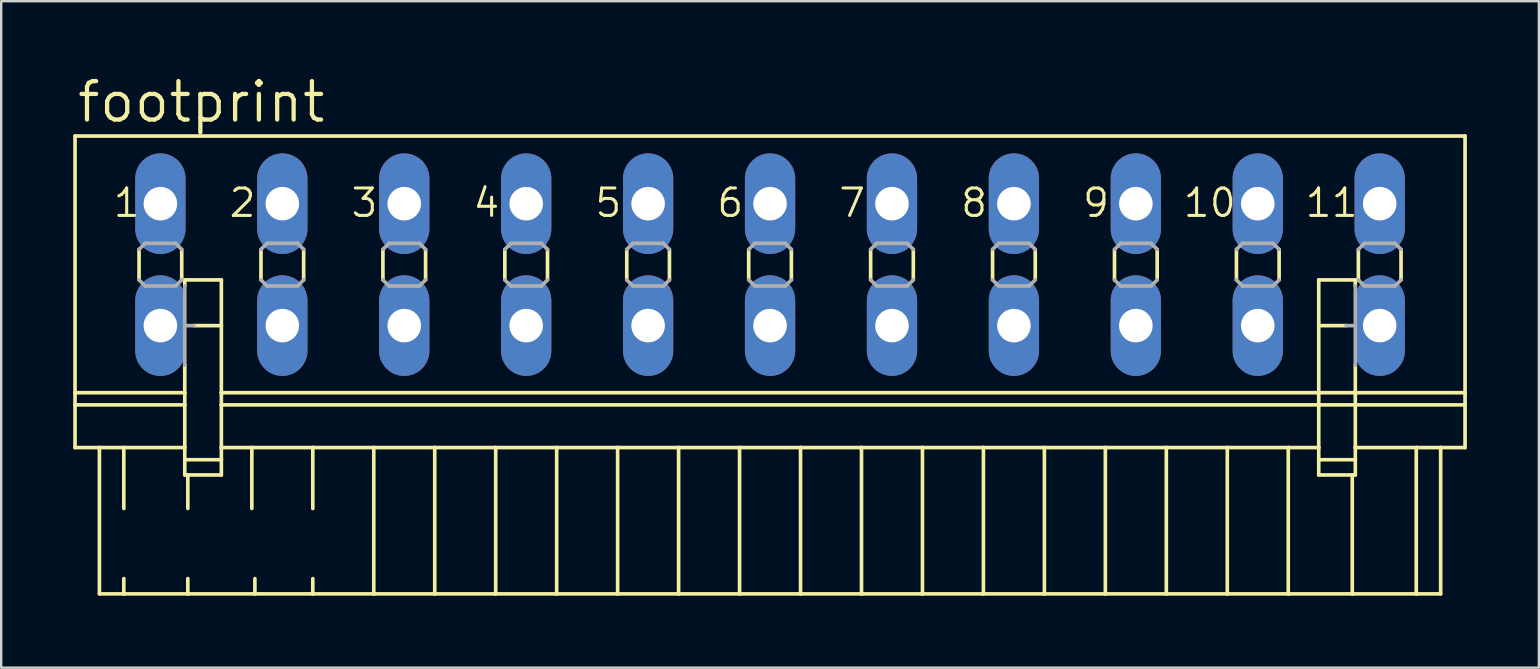
<source format=kicad_pcb>
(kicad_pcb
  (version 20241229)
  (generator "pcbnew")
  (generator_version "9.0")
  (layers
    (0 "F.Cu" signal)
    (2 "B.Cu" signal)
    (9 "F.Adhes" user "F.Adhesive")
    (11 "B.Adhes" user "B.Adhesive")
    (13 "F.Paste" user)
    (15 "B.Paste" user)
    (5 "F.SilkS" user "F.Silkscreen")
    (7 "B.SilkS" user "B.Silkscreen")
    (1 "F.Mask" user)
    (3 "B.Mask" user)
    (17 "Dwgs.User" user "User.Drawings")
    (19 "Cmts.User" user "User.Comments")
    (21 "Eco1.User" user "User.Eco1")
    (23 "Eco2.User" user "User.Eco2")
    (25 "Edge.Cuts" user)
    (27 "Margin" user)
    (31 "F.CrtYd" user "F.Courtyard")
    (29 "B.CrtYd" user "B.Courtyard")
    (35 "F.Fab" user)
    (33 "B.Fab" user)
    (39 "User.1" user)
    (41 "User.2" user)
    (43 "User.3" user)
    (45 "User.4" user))
  (footprint "footprint"
    (layer "F.Cu")
    (at 29.032 7.976)
    (property "Reference" "footprint" (at -28.956 -5.842 0) (layer "F.SilkS") (effects (font (size 1.6 1.6) (thickness 0.178)) (justify left bottom)))
    (fp_line (start -28.956 -5.359) (end -28.956 5.334) (stroke (width 0.152) (type solid)) (layer "F.SilkS"))
    (fp_line (start -28.956 -5.359) (end 28.956 -5.359) (stroke (width 0.152) (type solid)) (layer "F.SilkS"))
    (fp_line (start -28.956 5.334) (end -28.956 5.842) (stroke (width 0.152) (type solid)) (layer "F.SilkS"))
    (fp_line (start -28.956 5.334) (end -24.384 5.334) (stroke (width 0.152) (type solid)) (layer "F.SilkS"))
    (fp_line (start -28.956 5.842) (end -28.956 7.62) (stroke (width 0.152) (type solid)) (layer "F.SilkS"))
    (fp_line (start -28.956 5.842) (end -24.384 5.842) (stroke (width 0.152) (type solid)) (layer "F.SilkS"))
    (fp_line (start -28.956 7.62) (end -27.94 7.62) (stroke (width 0.152) (type solid)) (layer "F.SilkS"))
    (fp_line (start -27.94 7.62) (end -27.94 13.716) (stroke (width 0.152) (type solid)) (layer "F.SilkS"))
    (fp_line (start -27.94 7.62) (end -26.924 7.62) (stroke (width 0.152) (type solid)) (layer "F.SilkS"))
    (fp_line (start -27.94 13.716) (end -26.924 13.716) (stroke (width 0.152) (type solid)) (layer "F.SilkS"))
    (fp_line (start -26.924 7.62) (end -26.924 10.16) (stroke (width 0.152) (type solid)) (layer "F.SilkS"))
    (fp_line (start -26.924 7.62) (end -24.384 7.62) (stroke (width 0.152) (type solid)) (layer "F.SilkS"))
    (fp_line (start -26.924 13.081) (end -26.924 13.716) (stroke (width 0.152) (type solid)) (layer "F.SilkS"))
    (fp_line (start -26.924 13.716) (end -24.257 13.716) (stroke (width 0.152) (type solid)) (layer "F.SilkS"))
    (fp_line (start -26.289 -0.635) (end -26.289 0.635) (stroke (width 0.152) (type solid)) (layer "F.SilkS"))
    (fp_line (start -24.511 -0.635) (end -24.511 0.635) (stroke (width 0.152) (type solid)) (layer "F.SilkS"))
    (fp_line (start -24.384 0.635) (end -24.384 0.889) (stroke (width 0.152) (type solid)) (layer "F.SilkS"))
    (fp_line (start -24.384 0.635) (end -22.86 0.635) (stroke (width 0.152) (type solid)) (layer "F.SilkS"))
    (fp_line (start -24.384 4.191) (end -24.384 5.334) (stroke (width 0.152) (type solid)) (layer "F.SilkS"))
    (fp_line (start -24.384 5.842) (end -24.384 5.334) (stroke (width 0.152) (type solid)) (layer "F.SilkS"))
    (fp_line (start -24.384 7.62) (end -24.384 5.842) (stroke (width 0.152) (type solid)) (layer "F.SilkS"))
    (fp_line (start -24.384 8.128) (end -24.384 7.62) (stroke (width 0.152) (type solid)) (layer "F.SilkS"))
    (fp_line (start -24.384 8.128) (end -22.86 8.128) (stroke (width 0.152) (type solid)) (layer "F.SilkS"))
    (fp_line (start -24.384 8.763) (end -24.384 8.128) (stroke (width 0.152) (type solid)) (layer "F.SilkS"))
    (fp_line (start -24.257 8.763) (end -24.384 8.763) (stroke (width 0.152) (type solid)) (layer "F.SilkS"))
    (fp_line (start -24.257 8.763) (end -24.257 10.16) (stroke (width 0.152) (type solid)) (layer "F.SilkS"))
    (fp_line (start -24.257 13.081) (end -24.257 13.716) (stroke (width 0.152) (type solid)) (layer "F.SilkS"))
    (fp_line (start -24.257 13.716) (end -21.463 13.716) (stroke (width 0.152) (type solid)) (layer "F.SilkS"))
    (fp_line (start -22.86 0.635) (end -22.86 2.54) (stroke (width 0.152) (type solid)) (layer "F.SilkS"))
    (fp_line (start -22.86 2.54) (end -24.003 2.54) (stroke (width 0.152) (type solid)) (layer "F.SilkS"))
    (fp_line (start -22.86 2.54) (end -22.86 5.334) (stroke (width 0.152) (type solid)) (layer "F.SilkS"))
    (fp_line (start -22.86 5.334) (end -22.86 5.842) (stroke (width 0.152) (type solid)) (layer "F.SilkS"))
    (fp_line (start -22.86 5.334) (end 22.86 5.334) (stroke (width 0.152) (type solid)) (layer "F.SilkS"))
    (fp_line (start -22.86 5.842) (end -22.86 7.62) (stroke (width 0.152) (type solid)) (layer "F.SilkS"))
    (fp_line (start -22.86 5.842) (end 22.86 5.842) (stroke (width 0.152) (type solid)) (layer "F.SilkS"))
    (fp_line (start -22.86 7.62) (end -22.86 8.128) (stroke (width 0.152) (type solid)) (layer "F.SilkS"))
    (fp_line (start -22.86 7.62) (end -21.59 7.62) (stroke (width 0.152) (type solid)) (layer "F.SilkS"))
    (fp_line (start -22.86 8.128) (end -22.86 8.763) (stroke (width 0.152) (type solid)) (layer "F.SilkS"))
    (fp_line (start -22.86 8.763) (end -24.257 8.763) (stroke (width 0.152) (type solid)) (layer "F.SilkS"))
    (fp_line (start -21.59 7.62) (end -21.59 10.16) (stroke (width 0.152) (type solid)) (layer "F.SilkS"))
    (fp_line (start -21.59 7.62) (end -19.05 7.62) (stroke (width 0.152) (type solid)) (layer "F.SilkS"))
    (fp_line (start -21.463 13.081) (end -21.463 13.716) (stroke (width 0.152) (type solid)) (layer "F.SilkS"))
    (fp_line (start -21.463 13.716) (end -19.05 13.716) (stroke (width 0.152) (type solid)) (layer "F.SilkS"))
    (fp_line (start -21.209 -0.635) (end -21.209 0.635) (stroke (width 0.152) (type solid)) (layer "F.SilkS"))
    (fp_line (start -19.431 -0.635) (end -19.431 0.635) (stroke (width 0.152) (type solid)) (layer "F.SilkS"))
    (fp_line (start -19.05 7.62) (end -19.05 10.16) (stroke (width 0.152) (type solid)) (layer "F.SilkS"))
    (fp_line (start -19.05 7.62) (end -16.51 7.62) (stroke (width 0.152) (type solid)) (layer "F.SilkS"))
    (fp_line (start -19.05 13.081) (end -19.05 13.716) (stroke (width 0.152) (type solid)) (layer "F.SilkS"))
    (fp_line (start -19.05 13.716) (end -16.51 13.716) (stroke (width 0.152) (type solid)) (layer "F.SilkS"))
    (fp_line (start -16.51 7.62) (end -16.51 13.716) (stroke (width 0.152) (type solid)) (layer "F.SilkS"))
    (fp_line (start -16.51 7.62) (end -13.97 7.62) (stroke (width 0.152) (type solid)) (layer "F.SilkS"))
    (fp_line (start -16.51 13.716) (end -13.97 13.716) (stroke (width 0.152) (type solid)) (layer "F.SilkS"))
    (fp_line (start -16.129 -0.635) (end -16.129 0.635) (stroke (width 0.152) (type solid)) (layer "F.SilkS"))
    (fp_line (start -14.351 -0.635) (end -14.351 0.635) (stroke (width 0.152) (type solid)) (layer "F.SilkS"))
    (fp_line (start -13.97 7.62) (end -13.97 13.716) (stroke (width 0.152) (type solid)) (layer "F.SilkS"))
    (fp_line (start -13.97 7.62) (end -11.43 7.62) (stroke (width 0.152) (type solid)) (layer "F.SilkS"))
    (fp_line (start -13.97 13.716) (end -11.43 13.716) (stroke (width 0.152) (type solid)) (layer "F.SilkS"))
    (fp_line (start -11.43 7.62) (end -11.43 13.716) (stroke (width 0.152) (type solid)) (layer "F.SilkS"))
    (fp_line (start -11.43 7.62) (end -8.89 7.62) (stroke (width 0.152) (type solid)) (layer "F.SilkS"))
    (fp_line (start -11.43 13.716) (end -8.89 13.716) (stroke (width 0.152) (type solid)) (layer "F.SilkS"))
    (fp_line (start -11.049 -0.635) (end -11.049 0.635) (stroke (width 0.152) (type solid)) (layer "F.SilkS"))
    (fp_line (start -9.271 -0.635) (end -9.271 0.635) (stroke (width 0.152) (type solid)) (layer "F.SilkS"))
    (fp_line (start -8.89 7.62) (end -8.89 13.716) (stroke (width 0.152) (type solid)) (layer "F.SilkS"))
    (fp_line (start -8.89 7.62) (end -6.35 7.62) (stroke (width 0.152) (type solid)) (layer "F.SilkS"))
    (fp_line (start -8.89 13.716) (end -6.35 13.716) (stroke (width 0.152) (type solid)) (layer "F.SilkS"))
    (fp_line (start -6.35 7.62) (end -6.35 13.716) (stroke (width 0.152) (type solid)) (layer "F.SilkS"))
    (fp_line (start -6.35 7.62) (end -3.81 7.62) (stroke (width 0.152) (type solid)) (layer "F.SilkS"))
    (fp_line (start -6.35 13.716) (end -3.81 13.716) (stroke (width 0.152) (type solid)) (layer "F.SilkS"))
    (fp_line (start -5.969 -0.635) (end -5.969 0.635) (stroke (width 0.152) (type solid)) (layer "F.SilkS"))
    (fp_line (start -4.191 -0.635) (end -4.191 0.635) (stroke (width 0.152) (type solid)) (layer "F.SilkS"))
    (fp_line (start -3.81 7.62) (end -3.81 13.716) (stroke (width 0.152) (type solid)) (layer "F.SilkS"))
    (fp_line (start -3.81 7.62) (end -1.27 7.62) (stroke (width 0.152) (type solid)) (layer "F.SilkS"))
    (fp_line (start -3.81 13.716) (end -1.27 13.716) (stroke (width 0.152) (type solid)) (layer "F.SilkS"))
    (fp_line (start -1.27 7.62) (end -1.27 13.716) (stroke (width 0.152) (type solid)) (layer "F.SilkS"))
    (fp_line (start -1.27 7.62) (end 1.27 7.62) (stroke (width 0.152) (type solid)) (layer "F.SilkS"))
    (fp_line (start -1.27 13.716) (end 1.27 13.716) (stroke (width 0.152) (type solid)) (layer "F.SilkS"))
    (fp_line (start -0.889 -0.635) (end -0.889 0.635) (stroke (width 0.152) (type solid)) (layer "F.SilkS"))
    (fp_line (start 0.889 -0.635) (end 0.889 0.635) (stroke (width 0.152) (type solid)) (layer "F.SilkS"))
    (fp_line (start 1.27 7.62) (end 1.27 13.716) (stroke (width 0.152) (type solid)) (layer "F.SilkS"))
    (fp_line (start 1.27 7.62) (end 3.81 7.62) (stroke (width 0.152) (type solid)) (layer "F.SilkS"))
    (fp_line (start 1.27 13.716) (end 3.81 13.716) (stroke (width 0.152) (type solid)) (layer "F.SilkS"))
    (fp_line (start 3.81 7.62) (end 3.81 13.716) (stroke (width 0.152) (type solid)) (layer "F.SilkS"))
    (fp_line (start 3.81 7.62) (end 6.35 7.62) (stroke (width 0.152) (type solid)) (layer "F.SilkS"))
    (fp_line (start 3.81 13.716) (end 6.35 13.716) (stroke (width 0.152) (type solid)) (layer "F.SilkS"))
    (fp_line (start 4.191 -0.635) (end 4.191 0.635) (stroke (width 0.152) (type solid)) (layer "F.SilkS"))
    (fp_line (start 5.969 -0.635) (end 5.969 0.635) (stroke (width 0.152) (type solid)) (layer "F.SilkS"))
    (fp_line (start 6.35 7.62) (end 6.35 13.716) (stroke (width 0.152) (type solid)) (layer "F.SilkS"))
    (fp_line (start 6.35 7.62) (end 8.89 7.62) (stroke (width 0.152) (type solid)) (layer "F.SilkS"))
    (fp_line (start 6.35 13.716) (end 8.89 13.716) (stroke (width 0.152) (type solid)) (layer "F.SilkS"))
    (fp_line (start 8.89 7.62) (end 8.89 13.716) (stroke (width 0.152) (type solid)) (layer "F.SilkS"))
    (fp_line (start 8.89 7.62) (end 11.43 7.62) (stroke (width 0.152) (type solid)) (layer "F.SilkS"))
    (fp_line (start 8.89 13.716) (end 11.43 13.716) (stroke (width 0.152) (type solid)) (layer "F.SilkS"))
    (fp_line (start 9.271 -0.635) (end 9.271 0.635) (stroke (width 0.152) (type solid)) (layer "F.SilkS"))
    (fp_line (start 11.049 -0.635) (end 11.049 0.635) (stroke (width 0.152) (type solid)) (layer "F.SilkS"))
    (fp_line (start 11.43 7.62) (end 11.43 13.716) (stroke (width 0.152) (type solid)) (layer "F.SilkS"))
    (fp_line (start 11.43 7.62) (end 13.97 7.62) (stroke (width 0.152) (type solid)) (layer "F.SilkS"))
    (fp_line (start 11.43 13.716) (end 13.97 13.716) (stroke (width 0.152) (type solid)) (layer "F.SilkS"))
    (fp_line (start 13.97 7.62) (end 13.97 13.716) (stroke (width 0.152) (type solid)) (layer "F.SilkS"))
    (fp_line (start 13.97 7.62) (end 16.51 7.62) (stroke (width 0.152) (type solid)) (layer "F.SilkS"))
    (fp_line (start 13.97 13.716) (end 16.51 13.716) (stroke (width 0.152) (type solid)) (layer "F.SilkS"))
    (fp_line (start 14.351 -0.635) (end 14.351 0.635) (stroke (width 0.152) (type solid)) (layer "F.SilkS"))
    (fp_line (start 16.129 -0.635) (end 16.129 0.635) (stroke (width 0.152) (type solid)) (layer "F.SilkS"))
    (fp_line (start 16.51 7.62) (end 16.51 13.716) (stroke (width 0.152) (type solid)) (layer "F.SilkS"))
    (fp_line (start 16.51 7.62) (end 19.05 7.62) (stroke (width 0.152) (type solid)) (layer "F.SilkS"))
    (fp_line (start 16.51 13.716) (end 19.05 13.716) (stroke (width 0.152) (type solid)) (layer "F.SilkS"))
    (fp_line (start 19.05 7.62) (end 19.05 13.716) (stroke (width 0.152) (type solid)) (layer "F.SilkS"))
    (fp_line (start 19.05 7.62) (end 21.59 7.62) (stroke (width 0.152) (type solid)) (layer "F.SilkS"))
    (fp_line (start 19.05 13.716) (end 21.59 13.716) (stroke (width 0.152) (type solid)) (layer "F.SilkS"))
    (fp_line (start 19.431 -0.635) (end 19.431 0.635) (stroke (width 0.152) (type solid)) (layer "F.SilkS"))
    (fp_line (start 21.209 -0.635) (end 21.209 0.635) (stroke (width 0.152) (type solid)) (layer "F.SilkS"))
    (fp_line (start 21.59 7.62) (end 21.59 13.716) (stroke (width 0.152) (type solid)) (layer "F.SilkS"))
    (fp_line (start 21.59 7.62) (end 22.86 7.62) (stroke (width 0.152) (type solid)) (layer "F.SilkS"))
    (fp_line (start 21.59 13.716) (end 24.257 13.716) (stroke (width 0.152) (type solid)) (layer "F.SilkS"))
    (fp_line (start 22.86 0.635) (end 22.86 2.54) (stroke (width 0.152) (type solid)) (layer "F.SilkS"))
    (fp_line (start 22.86 2.54) (end 22.86 5.334) (stroke (width 0.152) (type solid)) (layer "F.SilkS"))
    (fp_line (start 22.86 2.54) (end 24.003 2.54) (stroke (width 0.152) (type solid)) (layer "F.SilkS"))
    (fp_line (start 22.86 5.334) (end 22.86 5.842) (stroke (width 0.152) (type solid)) (layer "F.SilkS"))
    (fp_line (start 22.86 5.334) (end 24.384 5.334) (stroke (width 0.152) (type solid)) (layer "F.SilkS"))
    (fp_line (start 22.86 5.842) (end 22.86 7.62) (stroke (width 0.152) (type solid)) (layer "F.SilkS"))
    (fp_line (start 22.86 5.842) (end 24.384 5.842) (stroke (width 0.152) (type solid)) (layer "F.SilkS"))
    (fp_line (start 22.86 7.62) (end 22.86 8.128) (stroke (width 0.152) (type solid)) (layer "F.SilkS"))
    (fp_line (start 22.86 8.128) (end 22.86 8.763) (stroke (width 0.152) (type solid)) (layer "F.SilkS"))
    (fp_line (start 22.86 8.128) (end 24.384 8.128) (stroke (width 0.152) (type solid)) (layer "F.SilkS"))
    (fp_line (start 24.257 8.763) (end 22.86 8.763) (stroke (width 0.152) (type solid)) (layer "F.SilkS"))
    (fp_line (start 24.257 8.763) (end 24.257 13.716) (stroke (width 0.152) (type solid)) (layer "F.SilkS"))
    (fp_line (start 24.257 13.716) (end 26.924 13.716) (stroke (width 0.152) (type solid)) (layer "F.SilkS"))
    (fp_line (start 24.384 0.635) (end 22.86 0.635) (stroke (width 0.152) (type solid)) (layer "F.SilkS"))
    (fp_line (start 24.384 0.889) (end 24.384 0.635) (stroke (width 0.152) (type solid)) (layer "F.SilkS"))
    (fp_line (start 24.384 4.191) (end 24.384 5.334) (stroke (width 0.152) (type solid)) (layer "F.SilkS"))
    (fp_line (start 24.384 5.334) (end 28.956 5.334) (stroke (width 0.152) (type solid)) (layer "F.SilkS"))
    (fp_line (start 24.384 5.842) (end 24.384 5.334) (stroke (width 0.152) (type solid)) (layer "F.SilkS"))
    (fp_line (start 24.384 5.842) (end 28.956 5.842) (stroke (width 0.152) (type solid)) (layer "F.SilkS"))
    (fp_line (start 24.384 7.62) (end 24.384 5.842) (stroke (width 0.152) (type solid)) (layer "F.SilkS"))
    (fp_line (start 24.384 7.62) (end 26.924 7.62) (stroke (width 0.152) (type solid)) (layer "F.SilkS"))
    (fp_line (start 24.384 8.128) (end 24.384 7.62) (stroke (width 0.152) (type solid)) (layer "F.SilkS"))
    (fp_line (start 24.384 8.763) (end 24.257 8.763) (stroke (width 0.152) (type solid)) (layer "F.SilkS"))
    (fp_line (start 24.384 8.763) (end 24.384 8.128) (stroke (width 0.152) (type solid)) (layer "F.SilkS"))
    (fp_line (start 24.511 -0.635) (end 24.511 0.635) (stroke (width 0.152) (type solid)) (layer "F.SilkS"))
    (fp_line (start 26.289 -0.635) (end 26.289 0.635) (stroke (width 0.152) (type solid)) (layer "F.SilkS"))
    (fp_line (start 26.924 7.62) (end 26.924 13.716) (stroke (width 0.152) (type solid)) (layer "F.SilkS"))
    (fp_line (start 26.924 7.62) (end 27.94 7.62) (stroke (width 0.152) (type solid)) (layer "F.SilkS"))
    (fp_line (start 26.924 13.716) (end 27.94 13.716) (stroke (width 0.152) (type solid)) (layer "F.SilkS"))
    (fp_line (start 27.94 7.62) (end 27.94 13.716) (stroke (width 0.152) (type solid)) (layer "F.SilkS"))
    (fp_line (start 27.94 7.62) (end 28.956 7.62) (stroke (width 0.152) (type solid)) (layer "F.SilkS"))
    (fp_line (start 28.956 -5.359) (end 28.956 5.334) (stroke (width 0.152) (type solid)) (layer "F.SilkS"))
    (fp_line (start 28.956 5.334) (end 28.956 5.842) (stroke (width 0.152) (type solid)) (layer "F.SilkS"))
    (fp_line (start 28.956 5.842) (end 28.956 7.62) (stroke (width 0.152) (type solid)) (layer "F.SilkS"))
    (fp_line (start -26.289 -0.635) (end -26.035 -0.889) (stroke (width 0.152) (type solid)) (layer "F.Fab"))
    (fp_line (start -26.035 -0.889) (end -24.765 -0.889) (stroke (width 0.152) (type solid)) (layer "F.Fab"))
    (fp_line (start -26.035 0.889) (end -26.289 0.635) (stroke (width 0.152) (type solid)) (layer "F.Fab"))
    (fp_line (start -24.765 -0.889) (end -24.511 -0.635) (stroke (width 0.152) (type solid)) (layer "F.Fab"))
    (fp_line (start -24.765 0.889) (end -26.035 0.889) (stroke (width 0.152) (type solid)) (layer "F.Fab"))
    (fp_line (start -24.511 0.635) (end -24.765 0.889) (stroke (width 0.152) (type solid)) (layer "F.Fab"))
    (fp_line (start -24.384 2.54) (end -24.384 0.889) (stroke (width 0.152) (type solid)) (layer "F.Fab"))
    (fp_line (start -24.384 2.54) (end -24.003 2.54) (stroke (width 0.152) (type solid)) (layer "F.Fab"))
    (fp_line (start -24.384 4.191) (end -24.384 2.54) (stroke (width 0.152) (type solid)) (layer "F.Fab"))
    (fp_line (start -21.209 -0.635) (end -20.955 -0.889) (stroke (width 0.152) (type solid)) (layer "F.Fab"))
    (fp_line (start -20.955 -0.889) (end -19.685 -0.889) (stroke (width 0.152) (type solid)) (layer "F.Fab"))
    (fp_line (start -20.955 0.889) (end -21.209 0.635) (stroke (width 0.152) (type solid)) (layer "F.Fab"))
    (fp_line (start -19.685 -0.889) (end -19.431 -0.635) (stroke (width 0.152) (type solid)) (layer "F.Fab"))
    (fp_line (start -19.685 0.889) (end -20.955 0.889) (stroke (width 0.152) (type solid)) (layer "F.Fab"))
    (fp_line (start -19.431 0.635) (end -19.685 0.889) (stroke (width 0.152) (type solid)) (layer "F.Fab"))
    (fp_line (start -16.129 -0.635) (end -15.875 -0.889) (stroke (width 0.152) (type solid)) (layer "F.Fab"))
    (fp_line (start -15.875 -0.889) (end -14.605 -0.889) (stroke (width 0.152) (type solid)) (layer "F.Fab"))
    (fp_line (start -15.875 0.889) (end -16.129 0.635) (stroke (width 0.152) (type solid)) (layer "F.Fab"))
    (fp_line (start -14.605 -0.889) (end -14.351 -0.635) (stroke (width 0.152) (type solid)) (layer "F.Fab"))
    (fp_line (start -14.605 0.889) (end -15.875 0.889) (stroke (width 0.152) (type solid)) (layer "F.Fab"))
    (fp_line (start -14.351 0.635) (end -14.605 0.889) (stroke (width 0.152) (type solid)) (layer "F.Fab"))
    (fp_line (start -11.049 -0.635) (end -10.795 -0.889) (stroke (width 0.152) (type solid)) (layer "F.Fab"))
    (fp_line (start -10.795 -0.889) (end -9.525 -0.889) (stroke (width 0.152) (type solid)) (layer "F.Fab"))
    (fp_line (start -10.795 0.889) (end -11.049 0.635) (stroke (width 0.152) (type solid)) (layer "F.Fab"))
    (fp_line (start -9.525 -0.889) (end -9.271 -0.635) (stroke (width 0.152) (type solid)) (layer "F.Fab"))
    (fp_line (start -9.525 0.889) (end -10.795 0.889) (stroke (width 0.152) (type solid)) (layer "F.Fab"))
    (fp_line (start -9.271 0.635) (end -9.525 0.889) (stroke (width 0.152) (type solid)) (layer "F.Fab"))
    (fp_line (start -5.969 -0.635) (end -5.715 -0.889) (stroke (width 0.152) (type solid)) (layer "F.Fab"))
    (fp_line (start -5.715 -0.889) (end -4.445 -0.889) (stroke (width 0.152) (type solid)) (layer "F.Fab"))
    (fp_line (start -5.715 0.889) (end -5.969 0.635) (stroke (width 0.152) (type solid)) (layer "F.Fab"))
    (fp_line (start -4.445 -0.889) (end -4.191 -0.635) (stroke (width 0.152) (type solid)) (layer "F.Fab"))
    (fp_line (start -4.445 0.889) (end -5.715 0.889) (stroke (width 0.152) (type solid)) (layer "F.Fab"))
    (fp_line (start -4.191 0.635) (end -4.445 0.889) (stroke (width 0.152) (type solid)) (layer "F.Fab"))
    (fp_line (start -0.889 -0.635) (end -0.635 -0.889) (stroke (width 0.152) (type solid)) (layer "F.Fab"))
    (fp_line (start -0.635 -0.889) (end 0.635 -0.889) (stroke (width 0.152) (type solid)) (layer "F.Fab"))
    (fp_line (start -0.635 0.889) (end -0.889 0.635) (stroke (width 0.152) (type solid)) (layer "F.Fab"))
    (fp_line (start 0.635 -0.889) (end 0.889 -0.635) (stroke (width 0.152) (type solid)) (layer "F.Fab"))
    (fp_line (start 0.635 0.889) (end -0.635 0.889) (stroke (width 0.152) (type solid)) (layer "F.Fab"))
    (fp_line (start 0.889 0.635) (end 0.635 0.889) (stroke (width 0.152) (type solid)) (layer "F.Fab"))
    (fp_line (start 4.191 -0.635) (end 4.445 -0.889) (stroke (width 0.152) (type solid)) (layer "F.Fab"))
    (fp_line (start 4.445 -0.889) (end 5.715 -0.889) (stroke (width 0.152) (type solid)) (layer "F.Fab"))
    (fp_line (start 4.445 0.889) (end 4.191 0.635) (stroke (width 0.152) (type solid)) (layer "F.Fab"))
    (fp_line (start 5.715 -0.889) (end 5.969 -0.635) (stroke (width 0.152) (type solid)) (layer "F.Fab"))
    (fp_line (start 5.715 0.889) (end 4.445 0.889) (stroke (width 0.152) (type solid)) (layer "F.Fab"))
    (fp_line (start 5.969 0.635) (end 5.715 0.889) (stroke (width 0.152) (type solid)) (layer "F.Fab"))
    (fp_line (start 9.271 -0.635) (end 9.525 -0.889) (stroke (width 0.152) (type solid)) (layer "F.Fab"))
    (fp_line (start 9.525 -0.889) (end 10.795 -0.889) (stroke (width 0.152) (type solid)) (layer "F.Fab"))
    (fp_line (start 9.525 0.889) (end 9.271 0.635) (stroke (width 0.152) (type solid)) (layer "F.Fab"))
    (fp_line (start 10.795 -0.889) (end 11.049 -0.635) (stroke (width 0.152) (type solid)) (layer "F.Fab"))
    (fp_line (start 10.795 0.889) (end 9.525 0.889) (stroke (width 0.152) (type solid)) (layer "F.Fab"))
    (fp_line (start 11.049 0.635) (end 10.795 0.889) (stroke (width 0.152) (type solid)) (layer "F.Fab"))
    (fp_line (start 14.351 -0.635) (end 14.605 -0.889) (stroke (width 0.152) (type solid)) (layer "F.Fab"))
    (fp_line (start 14.605 -0.889) (end 15.875 -0.889) (stroke (width 0.152) (type solid)) (layer "F.Fab"))
    (fp_line (start 14.605 0.889) (end 14.351 0.635) (stroke (width 0.152) (type solid)) (layer "F.Fab"))
    (fp_line (start 15.875 -0.889) (end 16.129 -0.635) (stroke (width 0.152) (type solid)) (layer "F.Fab"))
    (fp_line (start 15.875 0.889) (end 14.605 0.889) (stroke (width 0.152) (type solid)) (layer "F.Fab"))
    (fp_line (start 16.129 0.635) (end 15.875 0.889) (stroke (width 0.152) (type solid)) (layer "F.Fab"))
    (fp_line (start 19.431 -0.635) (end 19.685 -0.889) (stroke (width 0.152) (type solid)) (layer "F.Fab"))
    (fp_line (start 19.685 -0.889) (end 20.955 -0.889) (stroke (width 0.152) (type solid)) (layer "F.Fab"))
    (fp_line (start 19.685 0.889) (end 19.431 0.635) (stroke (width 0.152) (type solid)) (layer "F.Fab"))
    (fp_line (start 20.955 -0.889) (end 21.209 -0.635) (stroke (width 0.152) (type solid)) (layer "F.Fab"))
    (fp_line (start 20.955 0.889) (end 19.685 0.889) (stroke (width 0.152) (type solid)) (layer "F.Fab"))
    (fp_line (start 21.209 0.635) (end 20.955 0.889) (stroke (width 0.152) (type solid)) (layer "F.Fab"))
    (fp_line (start 24.003 2.54) (end 24.384 2.54) (stroke (width 0.152) (type solid)) (layer "F.Fab"))
    (fp_line (start 24.384 2.54) (end 24.384 0.889) (stroke (width 0.152) (type solid)) (layer "F.Fab"))
    (fp_line (start 24.384 4.191) (end 24.384 2.54) (stroke (width 0.152) (type solid)) (layer "F.Fab"))
    (fp_line (start 24.511 -0.635) (end 24.765 -0.889) (stroke (width 0.152) (type solid)) (layer "F.Fab"))
    (fp_line (start 24.765 -0.889) (end 26.035 -0.889) (stroke (width 0.152) (type solid)) (layer "F.Fab"))
    (fp_line (start 24.765 0.889) (end 24.511 0.635) (stroke (width 0.152) (type solid)) (layer "F.Fab"))
    (fp_line (start 26.035 -0.889) (end 26.289 -0.635) (stroke (width 0.152) (type solid)) (layer "F.Fab"))
    (fp_line (start 26.035 0.889) (end 24.765 0.889) (stroke (width 0.152) (type solid)) (layer "F.Fab"))
    (fp_line (start 26.289 0.635) (end 26.035 0.889) (stroke (width 0.152) (type solid)) (layer "F.Fab"))
    (fp_text user "5" (at -7.366 -1.905 0) (layer "F.SilkS") (effects (font (size 1.143 1.143) (thickness 0.127)) (justify left bottom)))
    (fp_text user "2" (at -22.606 -1.905 0) (layer "F.SilkS") (effects (font (size 1.143 1.143) (thickness 0.127)) (justify left bottom)))
    (fp_text user "8" (at 7.874 -1.905 0) (layer "F.SilkS") (effects (font (size 1.143 1.143) (thickness 0.127)) (justify left bottom)))
    (fp_text user "6" (at -2.286 -1.905 0) (layer "F.SilkS") (effects (font (size 1.143 1.143) (thickness 0.127)) (justify left bottom)))
    (fp_text user "7" (at 2.794 -1.905 0) (layer "F.SilkS") (effects (font (size 1.143 1.143) (thickness 0.127)) (justify left bottom)))
    (fp_text user "11" (at 22.225 -1.905 0) (layer "F.SilkS") (effects (font (size 1.143 1.143) (thickness 0.127)) (justify left bottom)))
    (fp_text user "3" (at -17.526 -1.905 0) (layer "F.SilkS") (effects (font (size 1.143 1.143) (thickness 0.127)) (justify left bottom)))
    (fp_text user "4" (at -12.446 -1.905 0) (layer "F.SilkS") (effects (font (size 1.143 1.143) (thickness 0.127)) (justify left bottom)))
    (fp_text user "1" (at -27.432 -1.905 0) (layer "F.SilkS") (effects (font (size 1.143 1.143) (thickness 0.127)) (justify left bottom)))
    (fp_text user "9" (at 12.954 -1.905 0) (layer "F.SilkS") (effects (font (size 1.143 1.143) (thickness 0.127)) (justify left bottom)))
    (fp_text user "10" (at 17.145 -1.905 0) (layer "F.SilkS") (effects (font (size 1.143 1.143) (thickness 0.127)) (justify left bottom)))
    (pad "1" thru_hole oval (at -25.4 -2.54 90) (size 4.191 2.095) (drill 1.397) (layers "*.Cu" "*.Mask"))
    (pad "1A" thru_hole oval (at -25.4 2.54 90) (size 4.191 2.095) (drill 1.397) (layers "*.Cu" "*.Mask"))
    (pad "2" thru_hole oval (at -20.32 -2.54 90) (size 4.191 2.095) (drill 1.397) (layers "*.Cu" "*.Mask"))
    (pad "2A" thru_hole oval (at -20.32 2.54 90) (size 4.191 2.095) (drill 1.397) (layers "*.Cu" "*.Mask"))
    (pad "3" thru_hole oval (at -15.24 -2.54 90) (size 4.191 2.095) (drill 1.397) (layers "*.Cu" "*.Mask"))
    (pad "3A" thru_hole oval (at -15.24 2.54 90) (size 4.191 2.095) (drill 1.397) (layers "*.Cu" "*.Mask"))
    (pad "4" thru_hole oval (at -10.16 -2.54 90) (size 4.191 2.095) (drill 1.397) (layers "*.Cu" "*.Mask"))
    (pad "4A" thru_hole oval (at -10.16 2.54 90) (size 4.191 2.095) (drill 1.397) (layers "*.Cu" "*.Mask"))
    (pad "5" thru_hole oval (at -5.08 -2.54 90) (size 4.191 2.095) (drill 1.397) (layers "*.Cu" "*.Mask"))
    (pad "5A" thru_hole oval (at -5.08 2.54 90) (size 4.191 2.095) (drill 1.397) (layers "*.Cu" "*.Mask"))
    (pad "6" thru_hole oval (at 0 -2.54 90) (size 4.191 2.095) (drill 1.397) (layers "*.Cu" "*.Mask"))
    (pad "6A" thru_hole oval (at 0 2.54 90) (size 4.191 2.095) (drill 1.397) (layers "*.Cu" "*.Mask"))
    (pad "7" thru_hole oval (at 5.08 -2.54 90) (size 4.191 2.095) (drill 1.397) (layers "*.Cu" "*.Mask"))
    (pad "7A" thru_hole oval (at 5.08 2.54 90) (size 4.191 2.095) (drill 1.397) (layers "*.Cu" "*.Mask"))
    (pad "8" thru_hole oval (at 10.16 -2.54 90) (size 4.191 2.095) (drill 1.397) (layers "*.Cu" "*.Mask"))
    (pad "8A" thru_hole oval (at 10.16 2.54 90) (size 4.191 2.095) (drill 1.397) (layers "*.Cu" "*.Mask"))
    (pad "9" thru_hole oval (at 15.24 -2.54 90) (size 4.191 2.095) (drill 1.397) (layers "*.Cu" "*.Mask"))
    (pad "9A" thru_hole oval (at 15.24 2.54 90) (size 4.191 2.095) (drill 1.397) (layers "*.Cu" "*.Mask"))
    (pad "10" thru_hole oval (at 20.32 -2.54 90) (size 4.191 2.095) (drill 1.397) (layers "*.Cu" "*.Mask"))
    (pad "10A" thru_hole oval (at 20.32 2.54 90) (size 4.191 2.095) (drill 1.397) (layers "*.Cu" "*.Mask"))
    (pad "11" thru_hole oval (at 25.4 -2.54 90) (size 4.191 2.095) (drill 1.397) (layers "*.Cu" "*.Mask"))
    (pad "11A" thru_hole oval (at 25.4 2.54 90) (size 4.191 2.095) (drill 1.397) (layers "*.Cu" "*.Mask")))
  (gr_rect
    (start -3 -3)
    (end 61.064 24.768)
    (stroke (width 0.1) (type default))
    (fill no)
    (layer "Edge.Cuts")))
</source>
